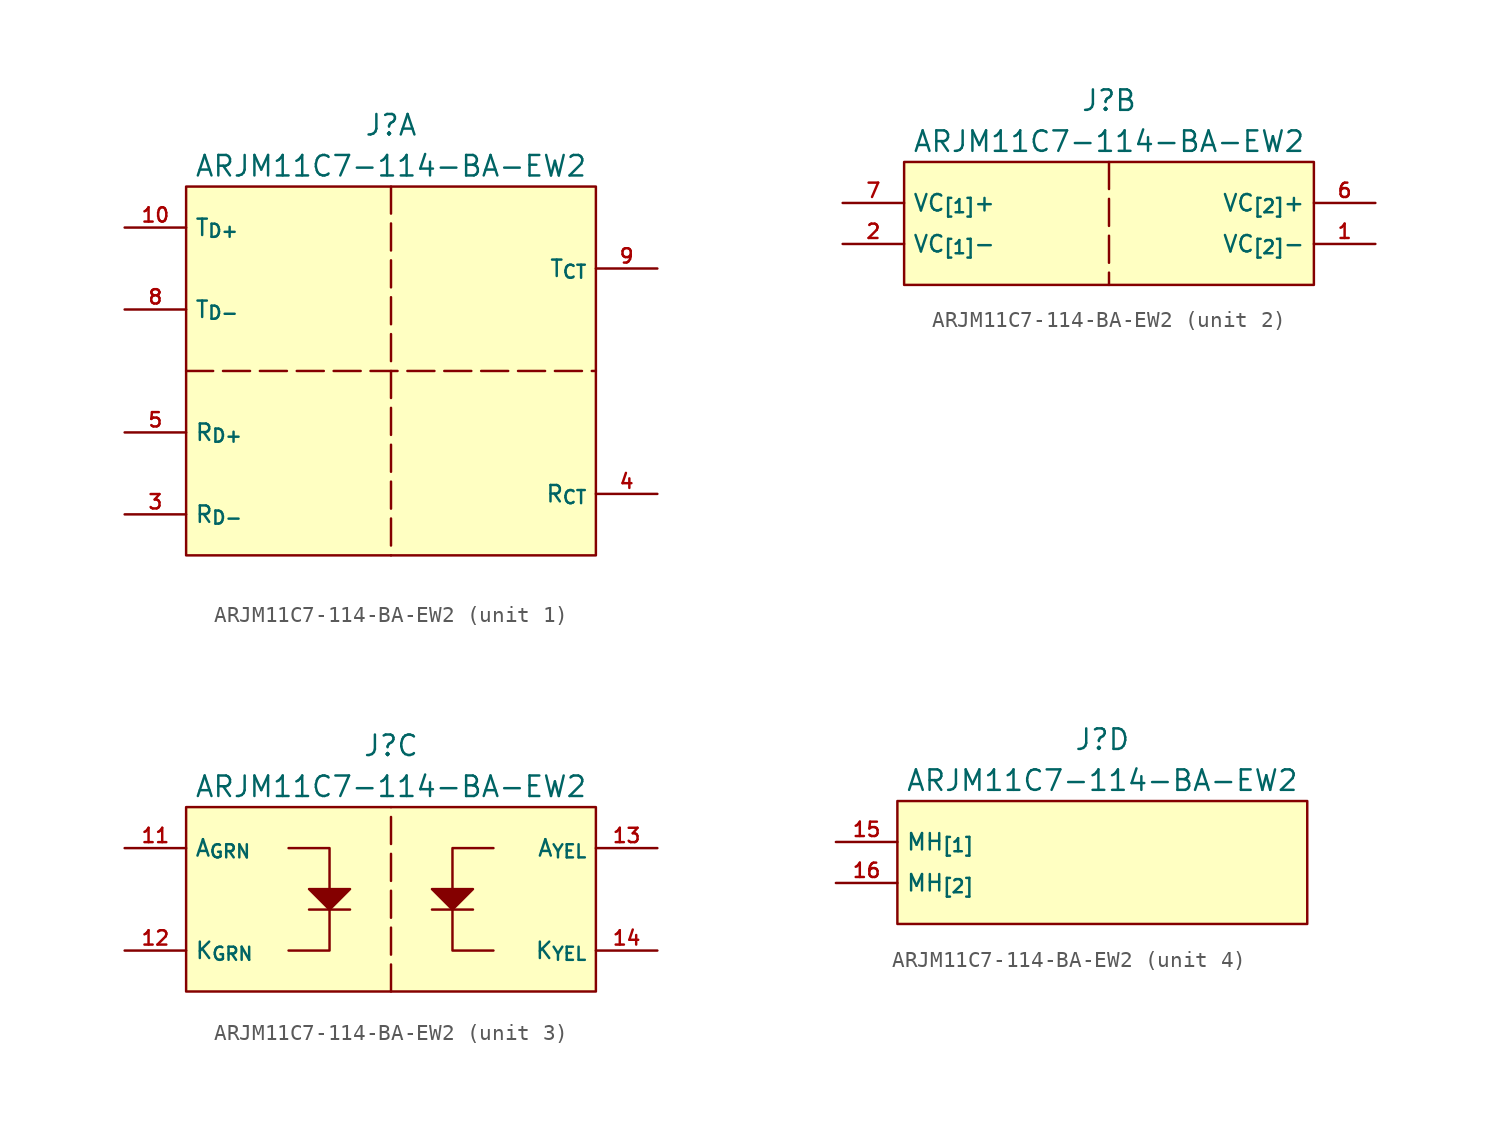
<source format=kicad_sym>
(kicad_symbol_lib
  (version 20241209)
  (generator "kicad_symbol_editor")
  (generator_version "9.0")
  (symbol "ARJM11C7-114-BA-EW2"
    (property "Reference" "J"
      (at 0 3.81 0)
      (effects (font (size 1.27 1.27))))
    (property "Value" "ARJM11C7-114-BA-EW2"
      (at 0 1.27 0)
      (effects (font (size 1.27 1.27))))
    (property "ki_locked" ""
      (at 0 0 0)
      (effects (font (size 1.27 1.27))))
    (symbol "ARJM11C7-114-BA-EW2_1_1"
      (rectangle (start -12.7 0) (end 12.7 -22.86) (stroke (width 0) (type solid)) (fill (type background)))
      (polyline (pts (xy -12.7 -11.43) (xy 12.7 -11.43)) (stroke (width 0) (type dash)) (fill (type none)))
      (polyline (pts (xy 0 0) (xy 0 -22.86)) (stroke (width 0) (type dash)) (fill (type none)))
      (pin bidirectional line (at -16.51 -2.54 0) (length 3.81) (name "T_{D+}" (effects (font (size 1.016 1.016)))) (number "10" (effects (font (size 0.889 0.889)))))
      (pin bidirectional line (at -16.51 -7.62 0) (length 3.81) (name "T_{D-}" (effects (font (size 1.016 1.016)))) (number "8" (effects (font (size 0.889 0.889)))))
      (pin bidirectional line (at -16.51 -15.24 0) (length 3.81) (name "R_{D+}" (effects (font (size 1.016 1.016)))) (number "5" (effects (font (size 0.889 0.889)))))
      (pin bidirectional line (at -16.51 -20.32 0) (length 3.81) (name "R_{D-}" (effects (font (size 1.016 1.016)))) (number "3" (effects (font (size 0.889 0.889)))))
      (pin output line (at 16.51 -5.08 180) (length 3.81) (name "T_{CT}" (effects (font (size 1.016 1.016)))) (number "9" (effects (font (size 0.889 0.889)))))
      (pin output line (at 16.51 -19.05 180) (length 3.81) (name "R_{CT}" (effects (font (size 1.016 1.016)))) (number "4" (effects (font (size 0.889 0.889))))))
    (symbol "ARJM11C7-114-BA-EW2_2_1"
      (rectangle (start -12.7 0) (end 12.7 -7.62) (stroke (width 0) (type solid)) (fill (type background)))
      (polyline (pts (xy 0 0) (xy 0 -7.62)) (stroke (width 0) (type dash)) (fill (type none)))
      (pin power_out line (at -16.51 -2.54 0) (length 3.81) (name "VC_{[1]}+" (effects (font (size 1.016 1.016)))) (number "7" (effects (font (size 0.889 0.889)))))
      (pin power_out line (at -16.51 -5.08 0) (length 3.81) (name "VC_{[1]}-" (effects (font (size 1.016 1.016)))) (number "2" (effects (font (size 0.889 0.889)))))
      (pin power_out line (at 16.51 -2.54 180) (length 3.81) (name "VC_{[2]}+" (effects (font (size 1.016 1.016)))) (number "6" (effects (font (size 0.889 0.889)))))
      (pin power_out line (at 16.51 -5.08 180) (length 3.81) (name "VC_{[2]}-" (effects (font (size 1.016 1.016)))) (number "1" (effects (font (size 0.889 0.889))))))
    (symbol "ARJM11C7-114-BA-EW2_3_1"
      (rectangle (start -12.7 0) (end 12.7 -11.43) (stroke (width 0) (type solid)) (fill (type background)))
      (polyline (pts (xy -6.35 -2.54) (xy -3.81 -2.54) (xy -3.81 -8.89) (xy -6.35 -8.89)) (stroke (width 0) (type default)) (fill (type none)))
      (polyline (pts (xy -5.08 -5.08) (xy -2.54 -5.08) (xy -3.81 -6.35) (xy -5.08 -5.08)) (stroke (width 0) (type solid)) (fill (type outline)))
      (polyline (pts (xy -5.08 -6.35) (xy -2.54 -6.35)) (stroke (width 0) (type default)) (fill (type none)))
      (polyline (pts (xy 0 -11.43) (xy 0 0)) (stroke (width 0) (type dash)) (fill (type none)))
      (polyline (pts (xy 5.08 -5.08) (xy 2.54 -5.08) (xy 3.81 -6.35) (xy 5.08 -5.08)) (stroke (width 0) (type solid)) (fill (type outline)))
      (polyline (pts (xy 5.08 -6.35) (xy 2.54 -6.35)) (stroke (width 0) (type default)) (fill (type none)))
      (polyline (pts (xy 6.35 -2.54) (xy 3.81 -2.54) (xy 3.81 -8.89) (xy 6.35 -8.89)) (stroke (width 0) (type default)) (fill (type none)))
      (pin input line (at -16.51 -2.54 0) (length 3.81) (name "A_{GRN}" (effects (font (size 1.016 1.016)))) (number "11" (effects (font (size 0.889 0.889)))))
      (pin output line (at -16.51 -8.89 0) (length 3.81) (name "K_{GRN}" (effects (font (size 1.016 1.016)))) (number "12" (effects (font (size 0.889 0.889)))))
      (pin input line (at 16.51 -2.54 180) (length 3.81) (name "A_{YEL}" (effects (font (size 1.016 1.016)))) (number "13" (effects (font (size 0.889 0.889)))))
      (pin output line (at 16.51 -8.89 180) (length 3.81) (name "K_{YEL}" (effects (font (size 1.016 1.016)))) (number "14" (effects (font (size 0.889 0.889))))))
    (symbol "ARJM11C7-114-BA-EW2_4_1"
      (rectangle (start -12.7 0) (end 12.7 -7.62) (stroke (width 0) (type solid)) (fill (type background)))
      (pin input line (at -16.51 -2.54 0) (length 3.81) (name "MH_{[1]}" (effects (font (size 1.016 1.016)))) (number "15" (effects (font (size 0.889 0.889)))))
      (pin input line (at -16.51 -5.08 0) (length 3.81) (name "MH_{[2]}" (effects (font (size 1.016 1.016)))) (number "16" (effects (font (size 0.889 0.889))))))))
</source>
